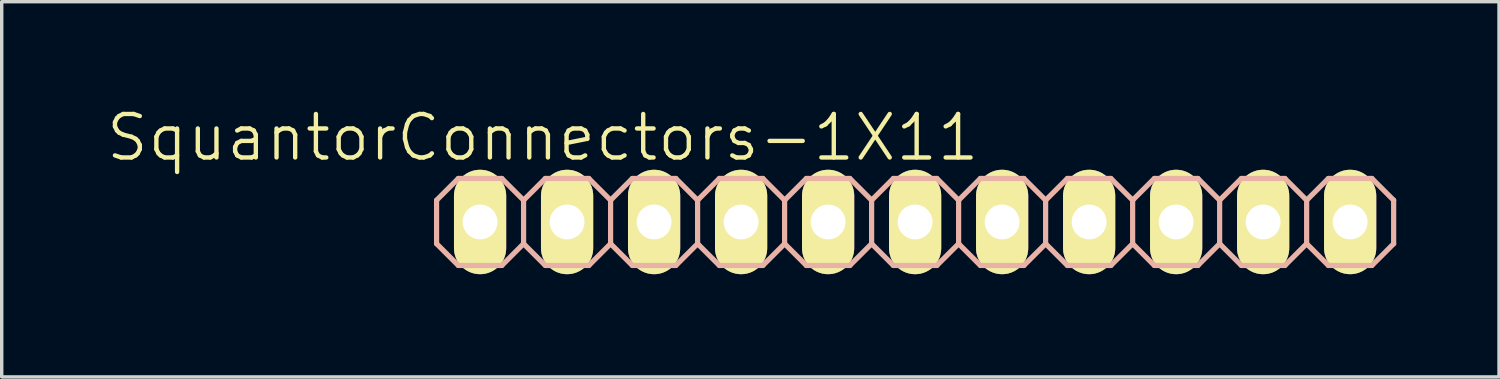
<source format=kicad_pcb>
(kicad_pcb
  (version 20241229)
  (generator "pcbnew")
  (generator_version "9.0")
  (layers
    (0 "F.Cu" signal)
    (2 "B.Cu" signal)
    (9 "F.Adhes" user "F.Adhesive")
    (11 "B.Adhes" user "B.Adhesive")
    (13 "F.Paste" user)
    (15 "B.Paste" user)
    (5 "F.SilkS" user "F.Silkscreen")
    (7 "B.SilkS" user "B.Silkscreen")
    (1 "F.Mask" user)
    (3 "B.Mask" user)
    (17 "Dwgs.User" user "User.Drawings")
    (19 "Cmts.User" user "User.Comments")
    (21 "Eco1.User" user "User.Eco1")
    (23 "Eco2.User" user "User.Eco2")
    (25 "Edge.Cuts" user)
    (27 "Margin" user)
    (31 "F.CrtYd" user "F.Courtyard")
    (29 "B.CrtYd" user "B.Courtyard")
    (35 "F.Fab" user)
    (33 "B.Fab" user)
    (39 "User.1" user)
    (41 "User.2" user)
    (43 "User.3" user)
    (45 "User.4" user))
  (footprint "SquantorConnectors-1X11"
    (layer "F.Cu")
    (at 23.665 3.43)
    (property "Reference" "SquantorConnectors-1X11" (at -10.871 -2.464 0) (layer "F.SilkS") (effects (font (size 1.27 1.27) (thickness 0.127))))
    (attr exclude_from_pos_files exclude_from_bom)
    (fp_line (start -12.954 -0.254) (end -12.446 -0.254) (stroke (width 0.066) (type solid)) (layer "F.SilkS"))
    (fp_line (start -12.954 0.254) (end -12.954 -0.254) (stroke (width 0.066) (type solid)) (layer "F.SilkS"))
    (fp_line (start -12.954 0.254) (end -12.446 0.254) (stroke (width 0.066) (type solid)) (layer "F.SilkS"))
    (fp_line (start -12.446 0.254) (end -12.446 -0.254) (stroke (width 0.066) (type solid)) (layer "F.SilkS"))
    (fp_line (start -10.414 -0.254) (end -9.906 -0.254) (stroke (width 0.066) (type solid)) (layer "F.SilkS"))
    (fp_line (start -10.414 0.254) (end -10.414 -0.254) (stroke (width 0.066) (type solid)) (layer "F.SilkS"))
    (fp_line (start -10.414 0.254) (end -9.906 0.254) (stroke (width 0.066) (type solid)) (layer "F.SilkS"))
    (fp_line (start -9.906 0.254) (end -9.906 -0.254) (stroke (width 0.066) (type solid)) (layer "F.SilkS"))
    (fp_line (start -7.874 -0.254) (end -7.366 -0.254) (stroke (width 0.066) (type solid)) (layer "F.SilkS"))
    (fp_line (start -7.874 0.254) (end -7.874 -0.254) (stroke (width 0.066) (type solid)) (layer "F.SilkS"))
    (fp_line (start -7.874 0.254) (end -7.366 0.254) (stroke (width 0.066) (type solid)) (layer "F.SilkS"))
    (fp_line (start -7.366 0.254) (end -7.366 -0.254) (stroke (width 0.066) (type solid)) (layer "F.SilkS"))
    (fp_line (start -5.334 -0.254) (end -4.826 -0.254) (stroke (width 0.066) (type solid)) (layer "F.SilkS"))
    (fp_line (start -5.334 0.254) (end -5.334 -0.254) (stroke (width 0.066) (type solid)) (layer "F.SilkS"))
    (fp_line (start -5.334 0.254) (end -4.826 0.254) (stroke (width 0.066) (type solid)) (layer "F.SilkS"))
    (fp_line (start -4.826 0.254) (end -4.826 -0.254) (stroke (width 0.066) (type solid)) (layer "F.SilkS"))
    (fp_line (start -2.794 -0.254) (end -2.286 -0.254) (stroke (width 0.066) (type solid)) (layer "F.SilkS"))
    (fp_line (start -2.794 0.254) (end -2.794 -0.254) (stroke (width 0.066) (type solid)) (layer "F.SilkS"))
    (fp_line (start -2.794 0.254) (end -2.286 0.254) (stroke (width 0.066) (type solid)) (layer "F.SilkS"))
    (fp_line (start -2.286 0.254) (end -2.286 -0.254) (stroke (width 0.066) (type solid)) (layer "F.SilkS"))
    (fp_line (start -0.254 -0.254) (end 0.254 -0.254) (stroke (width 0.066) (type solid)) (layer "F.SilkS"))
    (fp_line (start -0.254 0.254) (end -0.254 -0.254) (stroke (width 0.066) (type solid)) (layer "F.SilkS"))
    (fp_line (start -0.254 0.254) (end 0.254 0.254) (stroke (width 0.066) (type solid)) (layer "F.SilkS"))
    (fp_line (start 0.254 0.254) (end 0.254 -0.254) (stroke (width 0.066) (type solid)) (layer "F.SilkS"))
    (fp_line (start 2.286 -0.254) (end 2.794 -0.254) (stroke (width 0.066) (type solid)) (layer "F.SilkS"))
    (fp_line (start 2.286 0.254) (end 2.286 -0.254) (stroke (width 0.066) (type solid)) (layer "F.SilkS"))
    (fp_line (start 2.286 0.254) (end 2.794 0.254) (stroke (width 0.066) (type solid)) (layer "F.SilkS"))
    (fp_line (start 2.794 0.254) (end 2.794 -0.254) (stroke (width 0.066) (type solid)) (layer "F.SilkS"))
    (fp_line (start 4.826 -0.254) (end 5.334 -0.254) (stroke (width 0.066) (type solid)) (layer "F.SilkS"))
    (fp_line (start 4.826 0.254) (end 4.826 -0.254) (stroke (width 0.066) (type solid)) (layer "F.SilkS"))
    (fp_line (start 4.826 0.254) (end 5.334 0.254) (stroke (width 0.066) (type solid)) (layer "F.SilkS"))
    (fp_line (start 5.334 0.254) (end 5.334 -0.254) (stroke (width 0.066) (type solid)) (layer "F.SilkS"))
    (fp_line (start 7.366 -0.254) (end 7.874 -0.254) (stroke (width 0.066) (type solid)) (layer "F.SilkS"))
    (fp_line (start 7.366 0.254) (end 7.366 -0.254) (stroke (width 0.066) (type solid)) (layer "F.SilkS"))
    (fp_line (start 7.366 0.254) (end 7.874 0.254) (stroke (width 0.066) (type solid)) (layer "F.SilkS"))
    (fp_line (start 7.874 0.254) (end 7.874 -0.254) (stroke (width 0.066) (type solid)) (layer "F.SilkS"))
    (fp_line (start 9.906 -0.254) (end 10.414 -0.254) (stroke (width 0.066) (type solid)) (layer "F.SilkS"))
    (fp_line (start 9.906 0.254) (end 9.906 -0.254) (stroke (width 0.066) (type solid)) (layer "F.SilkS"))
    (fp_line (start 9.906 0.254) (end 10.414 0.254) (stroke (width 0.066) (type solid)) (layer "F.SilkS"))
    (fp_line (start 10.414 0.254) (end 10.414 -0.254) (stroke (width 0.066) (type solid)) (layer "F.SilkS"))
    (fp_line (start 12.446 -0.254) (end 12.954 -0.254) (stroke (width 0.066) (type solid)) (layer "F.SilkS"))
    (fp_line (start 12.446 0.254) (end 12.446 -0.254) (stroke (width 0.066) (type solid)) (layer "F.SilkS"))
    (fp_line (start 12.446 0.254) (end 12.954 0.254) (stroke (width 0.066) (type solid)) (layer "F.SilkS"))
    (fp_line (start 12.954 0.254) (end 12.954 -0.254) (stroke (width 0.066) (type solid)) (layer "F.SilkS"))
    (fp_line (start -13.97 -0.635) (end -13.97 0.635) (stroke (width 0.152) (type solid)) (layer "B.SilkS"))
    (fp_line (start -13.97 0.635) (end -13.335 1.27) (stroke (width 0.152) (type solid)) (layer "B.SilkS"))
    (fp_line (start -13.335 -1.27) (end -13.97 -0.635) (stroke (width 0.152) (type solid)) (layer "B.SilkS"))
    (fp_line (start -13.335 -1.27) (end -12.065 -1.27) (stroke (width 0.152) (type solid)) (layer "B.SilkS"))
    (fp_line (start -12.065 -1.27) (end -11.43 -0.635) (stroke (width 0.152) (type solid)) (layer "B.SilkS"))
    (fp_line (start -12.065 1.27) (end -13.335 1.27) (stroke (width 0.152) (type solid)) (layer "B.SilkS"))
    (fp_line (start -11.43 -0.635) (end -11.43 0.635) (stroke (width 0.152) (type solid)) (layer "B.SilkS"))
    (fp_line (start -11.43 -0.635) (end -10.795 -1.27) (stroke (width 0.152) (type solid)) (layer "B.SilkS"))
    (fp_line (start -11.43 0.635) (end -12.065 1.27) (stroke (width 0.152) (type solid)) (layer "B.SilkS"))
    (fp_line (start -10.795 -1.27) (end -9.525 -1.27) (stroke (width 0.152) (type solid)) (layer "B.SilkS"))
    (fp_line (start -10.795 1.27) (end -11.43 0.635) (stroke (width 0.152) (type solid)) (layer "B.SilkS"))
    (fp_line (start -9.525 -1.27) (end -8.89 -0.635) (stroke (width 0.152) (type solid)) (layer "B.SilkS"))
    (fp_line (start -9.525 1.27) (end -10.795 1.27) (stroke (width 0.152) (type solid)) (layer "B.SilkS"))
    (fp_line (start -8.89 -0.635) (end -8.89 0.635) (stroke (width 0.152) (type solid)) (layer "B.SilkS"))
    (fp_line (start -8.89 -0.635) (end -8.255 -1.27) (stroke (width 0.152) (type solid)) (layer "B.SilkS"))
    (fp_line (start -8.89 0.635) (end -9.525 1.27) (stroke (width 0.152) (type solid)) (layer "B.SilkS"))
    (fp_line (start -8.255 -1.27) (end -6.985 -1.27) (stroke (width 0.152) (type solid)) (layer "B.SilkS"))
    (fp_line (start -8.255 1.27) (end -8.89 0.635) (stroke (width 0.152) (type solid)) (layer "B.SilkS"))
    (fp_line (start -6.985 -1.27) (end -6.35 -0.635) (stroke (width 0.152) (type solid)) (layer "B.SilkS"))
    (fp_line (start -6.985 1.27) (end -8.255 1.27) (stroke (width 0.152) (type solid)) (layer "B.SilkS"))
    (fp_line (start -6.35 -0.635) (end -6.35 0.635) (stroke (width 0.152) (type solid)) (layer "B.SilkS"))
    (fp_line (start -6.35 0.635) (end -6.985 1.27) (stroke (width 0.152) (type solid)) (layer "B.SilkS"))
    (fp_line (start -6.35 0.635) (end -5.715 1.27) (stroke (width 0.152) (type solid)) (layer "B.SilkS"))
    (fp_line (start -5.715 -1.27) (end -6.35 -0.635) (stroke (width 0.152) (type solid)) (layer "B.SilkS"))
    (fp_line (start -5.715 -1.27) (end -4.445 -1.27) (stroke (width 0.152) (type solid)) (layer "B.SilkS"))
    (fp_line (start -4.445 -1.27) (end -3.81 -0.635) (stroke (width 0.152) (type solid)) (layer "B.SilkS"))
    (fp_line (start -4.445 1.27) (end -5.715 1.27) (stroke (width 0.152) (type solid)) (layer "B.SilkS"))
    (fp_line (start -3.81 -0.635) (end -3.81 0.635) (stroke (width 0.152) (type solid)) (layer "B.SilkS"))
    (fp_line (start -3.81 -0.635) (end -3.175 -1.27) (stroke (width 0.152) (type solid)) (layer "B.SilkS"))
    (fp_line (start -3.81 0.635) (end -4.445 1.27) (stroke (width 0.152) (type solid)) (layer "B.SilkS"))
    (fp_line (start -3.175 -1.27) (end -1.905 -1.27) (stroke (width 0.152) (type solid)) (layer "B.SilkS"))
    (fp_line (start -3.175 1.27) (end -3.81 0.635) (stroke (width 0.152) (type solid)) (layer "B.SilkS"))
    (fp_line (start -1.905 -1.27) (end -1.27 -0.635) (stroke (width 0.152) (type solid)) (layer "B.SilkS"))
    (fp_line (start -1.905 1.27) (end -3.175 1.27) (stroke (width 0.152) (type solid)) (layer "B.SilkS"))
    (fp_line (start -1.27 -0.635) (end -1.27 0.635) (stroke (width 0.152) (type solid)) (layer "B.SilkS"))
    (fp_line (start -1.27 -0.635) (end -0.635 -1.27) (stroke (width 0.152) (type solid)) (layer "B.SilkS"))
    (fp_line (start -1.27 0.635) (end -1.905 1.27) (stroke (width 0.152) (type solid)) (layer "B.SilkS"))
    (fp_line (start -0.635 -1.27) (end 0.635 -1.27) (stroke (width 0.152) (type solid)) (layer "B.SilkS"))
    (fp_line (start -0.635 1.27) (end -1.27 0.635) (stroke (width 0.152) (type solid)) (layer "B.SilkS"))
    (fp_line (start 0.635 -1.27) (end 1.27 -0.635) (stroke (width 0.152) (type solid)) (layer "B.SilkS"))
    (fp_line (start 0.635 1.27) (end -0.635 1.27) (stroke (width 0.152) (type solid)) (layer "B.SilkS"))
    (fp_line (start 1.27 -0.635) (end 1.27 0.635) (stroke (width 0.152) (type solid)) (layer "B.SilkS"))
    (fp_line (start 1.27 0.635) (end 0.635 1.27) (stroke (width 0.152) (type solid)) (layer "B.SilkS"))
    (fp_line (start 1.27 0.635) (end 1.905 1.27) (stroke (width 0.152) (type solid)) (layer "B.SilkS"))
    (fp_line (start 1.905 -1.27) (end 1.27 -0.635) (stroke (width 0.152) (type solid)) (layer "B.SilkS"))
    (fp_line (start 1.905 -1.27) (end 3.175 -1.27) (stroke (width 0.152) (type solid)) (layer "B.SilkS"))
    (fp_line (start 3.175 -1.27) (end 3.81 -0.635) (stroke (width 0.152) (type solid)) (layer "B.SilkS"))
    (fp_line (start 3.175 1.27) (end 1.905 1.27) (stroke (width 0.152) (type solid)) (layer "B.SilkS"))
    (fp_line (start 3.81 -0.635) (end 3.81 0.635) (stroke (width 0.152) (type solid)) (layer "B.SilkS"))
    (fp_line (start 3.81 -0.635) (end 4.445 -1.27) (stroke (width 0.152) (type solid)) (layer "B.SilkS"))
    (fp_line (start 3.81 0.635) (end 3.175 1.27) (stroke (width 0.152) (type solid)) (layer "B.SilkS"))
    (fp_line (start 4.445 -1.27) (end 5.715 -1.27) (stroke (width 0.152) (type solid)) (layer "B.SilkS"))
    (fp_line (start 4.445 1.27) (end 3.81 0.635) (stroke (width 0.152) (type solid)) (layer "B.SilkS"))
    (fp_line (start 5.715 -1.27) (end 6.35 -0.635) (stroke (width 0.152) (type solid)) (layer "B.SilkS"))
    (fp_line (start 5.715 1.27) (end 4.445 1.27) (stroke (width 0.152) (type solid)) (layer "B.SilkS"))
    (fp_line (start 6.35 -0.635) (end 6.35 0.635) (stroke (width 0.152) (type solid)) (layer "B.SilkS"))
    (fp_line (start 6.35 -0.635) (end 6.985 -1.27) (stroke (width 0.152) (type solid)) (layer "B.SilkS"))
    (fp_line (start 6.35 0.635) (end 5.715 1.27) (stroke (width 0.152) (type solid)) (layer "B.SilkS"))
    (fp_line (start 6.985 -1.27) (end 8.255 -1.27) (stroke (width 0.152) (type solid)) (layer "B.SilkS"))
    (fp_line (start 6.985 1.27) (end 6.35 0.635) (stroke (width 0.152) (type solid)) (layer "B.SilkS"))
    (fp_line (start 8.255 -1.27) (end 8.89 -0.635) (stroke (width 0.152) (type solid)) (layer "B.SilkS"))
    (fp_line (start 8.255 1.27) (end 6.985 1.27) (stroke (width 0.152) (type solid)) (layer "B.SilkS"))
    (fp_line (start 8.89 -0.635) (end 8.89 0.635) (stroke (width 0.152) (type solid)) (layer "B.SilkS"))
    (fp_line (start 8.89 0.635) (end 8.255 1.27) (stroke (width 0.152) (type solid)) (layer "B.SilkS"))
    (fp_line (start 8.89 0.635) (end 9.525 1.27) (stroke (width 0.152) (type solid)) (layer "B.SilkS"))
    (fp_line (start 9.525 -1.27) (end 8.89 -0.635) (stroke (width 0.152) (type solid)) (layer "B.SilkS"))
    (fp_line (start 9.525 -1.27) (end 10.795 -1.27) (stroke (width 0.152) (type solid)) (layer "B.SilkS"))
    (fp_line (start 10.795 -1.27) (end 11.43 -0.635) (stroke (width 0.152) (type solid)) (layer "B.SilkS"))
    (fp_line (start 10.795 1.27) (end 9.525 1.27) (stroke (width 0.152) (type solid)) (layer "B.SilkS"))
    (fp_line (start 11.43 -0.635) (end 11.43 0.635) (stroke (width 0.152) (type solid)) (layer "B.SilkS"))
    (fp_line (start 11.43 0.635) (end 10.795 1.27) (stroke (width 0.152) (type solid)) (layer "B.SilkS"))
    (fp_line (start 11.43 0.635) (end 12.065 1.27) (stroke (width 0.152) (type solid)) (layer "B.SilkS"))
    (fp_line (start 12.065 -1.27) (end 11.43 -0.635) (stroke (width 0.152) (type solid)) (layer "B.SilkS"))
    (fp_line (start 12.065 -1.27) (end 13.335 -1.27) (stroke (width 0.152) (type solid)) (layer "B.SilkS"))
    (fp_line (start 13.335 -1.27) (end 13.97 -0.635) (stroke (width 0.152) (type solid)) (layer "B.SilkS"))
    (fp_line (start 13.335 1.27) (end 12.065 1.27) (stroke (width 0.152) (type solid)) (layer "B.SilkS"))
    (fp_line (start 13.97 -0.635) (end 13.97 0.635) (stroke (width 0.152) (type solid)) (layer "B.SilkS"))
    (fp_line (start 13.97 0.635) (end 13.335 1.27) (stroke (width 0.152) (type solid)) (layer "B.SilkS"))
    (pad "1" thru_hole oval (at -12.7 0 180) (size 1.524 3.048) (drill 1.016) (layers "*.Cu" "F.Mask" "F.SilkS" "F.Paste"))
    (pad "2" thru_hole oval (at -10.16 0 180) (size 1.524 3.048) (drill 1.016) (layers "*.Cu" "F.Mask" "F.SilkS" "F.Paste"))
    (pad "3" thru_hole oval (at -7.62 0 180) (size 1.524 3.048) (drill 1.016) (layers "*.Cu" "F.Mask" "F.SilkS" "F.Paste"))
    (pad "4" thru_hole oval (at -5.08 0 180) (size 1.524 3.048) (drill 1.016) (layers "*.Cu" "F.Mask" "F.SilkS" "F.Paste"))
    (pad "5" thru_hole oval (at -2.54 0 180) (size 1.524 3.048) (drill 1.016) (layers "*.Cu" "F.Mask" "F.SilkS" "F.Paste"))
    (pad "6" thru_hole oval (at 0 0 180) (size 1.524 3.048) (drill 1.016) (layers "*.Cu" "F.Mask" "F.SilkS" "F.Paste"))
    (pad "7" thru_hole oval (at 2.54 0 180) (size 1.524 3.048) (drill 1.016) (layers "*.Cu" "F.Mask" "F.SilkS" "F.Paste"))
    (pad "8" thru_hole oval (at 5.08 0 180) (size 1.524 3.048) (drill 1.016) (layers "*.Cu" "F.Mask" "F.SilkS" "F.Paste"))
    (pad "9" thru_hole oval (at 7.62 0 180) (size 1.524 3.048) (drill 1.016) (layers "*.Cu" "F.Mask" "F.SilkS" "F.Paste"))
    (pad "10" thru_hole oval (at 10.16 0 180) (size 1.524 3.048) (drill 1.016) (layers "*.Cu" "F.Mask" "F.SilkS" "F.Paste"))
    (pad "11" thru_hole oval (at 12.7 0 180) (size 1.524 3.048) (drill 1.016) (layers "*.Cu" "F.Mask" "F.SilkS" "F.Paste")))
  (gr_rect
    (start -3 -3)
    (end 40.711 7.954)
    (stroke (width 0.1) (type default))
    (fill no)
    (layer "Edge.Cuts")))
</source>
